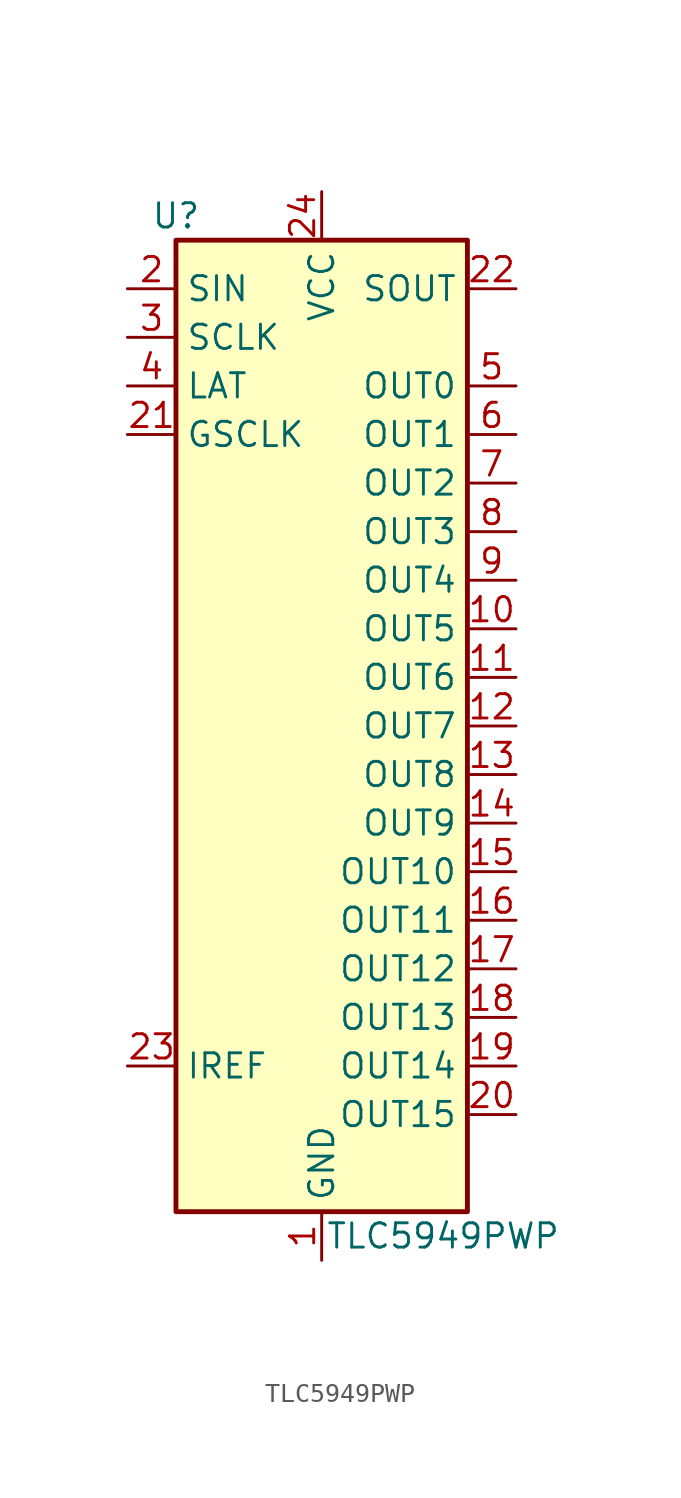
<source format=kicad_sym>
(kicad_symbol_lib
  (version 20241209)
  (generator "kicad_symbol_editor")
  (generator_version "9.0")
  (symbol "TLC5949PWP"
    (property "Reference" "U"
      (at -7.62 26.67 0)
      (effects (font (size 1.27 1.27))))
    (property "Value" "TLC5949PWP"
      (at 6.35 -26.67 0)
      (effects (font (size 1.27 1.27))))
    (symbol "TLC5949PWP_0_1"
      (rectangle (start -7.62 25.4) (end 7.62 -25.4) (stroke (width 0.254) (type default)) (fill (type background))))
    (symbol "TLC5949PWP_1_1"
      (pin input line (at -10.16 22.86 0) (length 2.54) (name "SIN" (effects (font (size 1.27 1.27)))) (number "2" (effects (font (size 1.27 1.27)))))
      (pin input line (at -10.16 20.32 0) (length 2.54) (name "SCLK" (effects (font (size 1.27 1.27)))) (number "3" (effects (font (size 1.27 1.27)))))
      (pin input line (at -10.16 17.78 0) (length 2.54) (name "LAT" (effects (font (size 1.27 1.27)))) (number "4" (effects (font (size 1.27 1.27)))))
      (pin input line (at -10.16 15.24 0) (length 2.54) (name "GSCLK" (effects (font (size 1.27 1.27)))) (number "21" (effects (font (size 1.27 1.27)))))
      (pin input line (at -10.16 -17.78 0) (length 2.54) (name "IREF" (effects (font (size 1.27 1.27)))) (number "23" (effects (font (size 1.27 1.27)))))
      (pin power_in line (at 0 27.94 270) (length 2.54) (name "VCC" (effects (font (size 1.27 1.27)))) (number "24" (effects (font (size 1.27 1.27)))))
      (pin power_in line (at 0 -27.94 90) (length 2.54) (name "GND" (effects (font (size 1.27 1.27)))) (number "1" (effects (font (size 1.27 1.27)))))
      (pin passive line (at 0 -27.94 90) (length 2.54) (hide yes) (name "GND" (effects (font (size 1.27 1.27)))) (number "25" (effects (font (size 1.27 1.27)))))
      (pin output line (at 10.16 22.86 180) (length 2.54) (name "SOUT" (effects (font (size 1.27 1.27)))) (number "22" (effects (font (size 1.27 1.27)))))
      (pin open_collector line (at 10.16 17.78 180) (length 2.54) (name "OUT0" (effects (font (size 1.27 1.27)))) (number "5" (effects (font (size 1.27 1.27)))))
      (pin open_collector line (at 10.16 15.24 180) (length 2.54) (name "OUT1" (effects (font (size 1.27 1.27)))) (number "6" (effects (font (size 1.27 1.27)))))
      (pin open_collector line (at 10.16 12.7 180) (length 2.54) (name "OUT2" (effects (font (size 1.27 1.27)))) (number "7" (effects (font (size 1.27 1.27)))))
      (pin open_collector line (at 10.16 10.16 180) (length 2.54) (name "OUT3" (effects (font (size 1.27 1.27)))) (number "8" (effects (font (size 1.27 1.27)))))
      (pin open_collector line (at 10.16 7.62 180) (length 2.54) (name "OUT4" (effects (font (size 1.27 1.27)))) (number "9" (effects (font (size 1.27 1.27)))))
      (pin open_collector line (at 10.16 5.08 180) (length 2.54) (name "OUT5" (effects (font (size 1.27 1.27)))) (number "10" (effects (font (size 1.27 1.27)))))
      (pin open_collector line (at 10.16 2.54 180) (length 2.54) (name "OUT6" (effects (font (size 1.27 1.27)))) (number "11" (effects (font (size 1.27 1.27)))))
      (pin open_collector line (at 10.16 0 180) (length 2.54) (name "OUT7" (effects (font (size 1.27 1.27)))) (number "12" (effects (font (size 1.27 1.27)))))
      (pin open_collector line (at 10.16 -2.54 180) (length 2.54) (name "OUT8" (effects (font (size 1.27 1.27)))) (number "13" (effects (font (size 1.27 1.27)))))
      (pin open_collector line (at 10.16 -5.08 180) (length 2.54) (name "OUT9" (effects (font (size 1.27 1.27)))) (number "14" (effects (font (size 1.27 1.27)))))
      (pin open_collector line (at 10.16 -7.62 180) (length 2.54) (name "OUT10" (effects (font (size 1.27 1.27)))) (number "15" (effects (font (size 1.27 1.27)))))
      (pin open_collector line (at 10.16 -10.16 180) (length 2.54) (name "OUT11" (effects (font (size 1.27 1.27)))) (number "16" (effects (font (size 1.27 1.27)))))
      (pin open_collector line (at 10.16 -12.7 180) (length 2.54) (name "OUT12" (effects (font (size 1.27 1.27)))) (number "17" (effects (font (size 1.27 1.27)))))
      (pin open_collector line (at 10.16 -15.24 180) (length 2.54) (name "OUT13" (effects (font (size 1.27 1.27)))) (number "18" (effects (font (size 1.27 1.27)))))
      (pin open_collector line (at 10.16 -17.78 180) (length 2.54) (name "OUT14" (effects (font (size 1.27 1.27)))) (number "19" (effects (font (size 1.27 1.27)))))
      (pin open_collector line (at 10.16 -20.32 180) (length 2.54) (name "OUT15" (effects (font (size 1.27 1.27)))) (number "20" (effects (font (size 1.27 1.27))))))))
</source>
